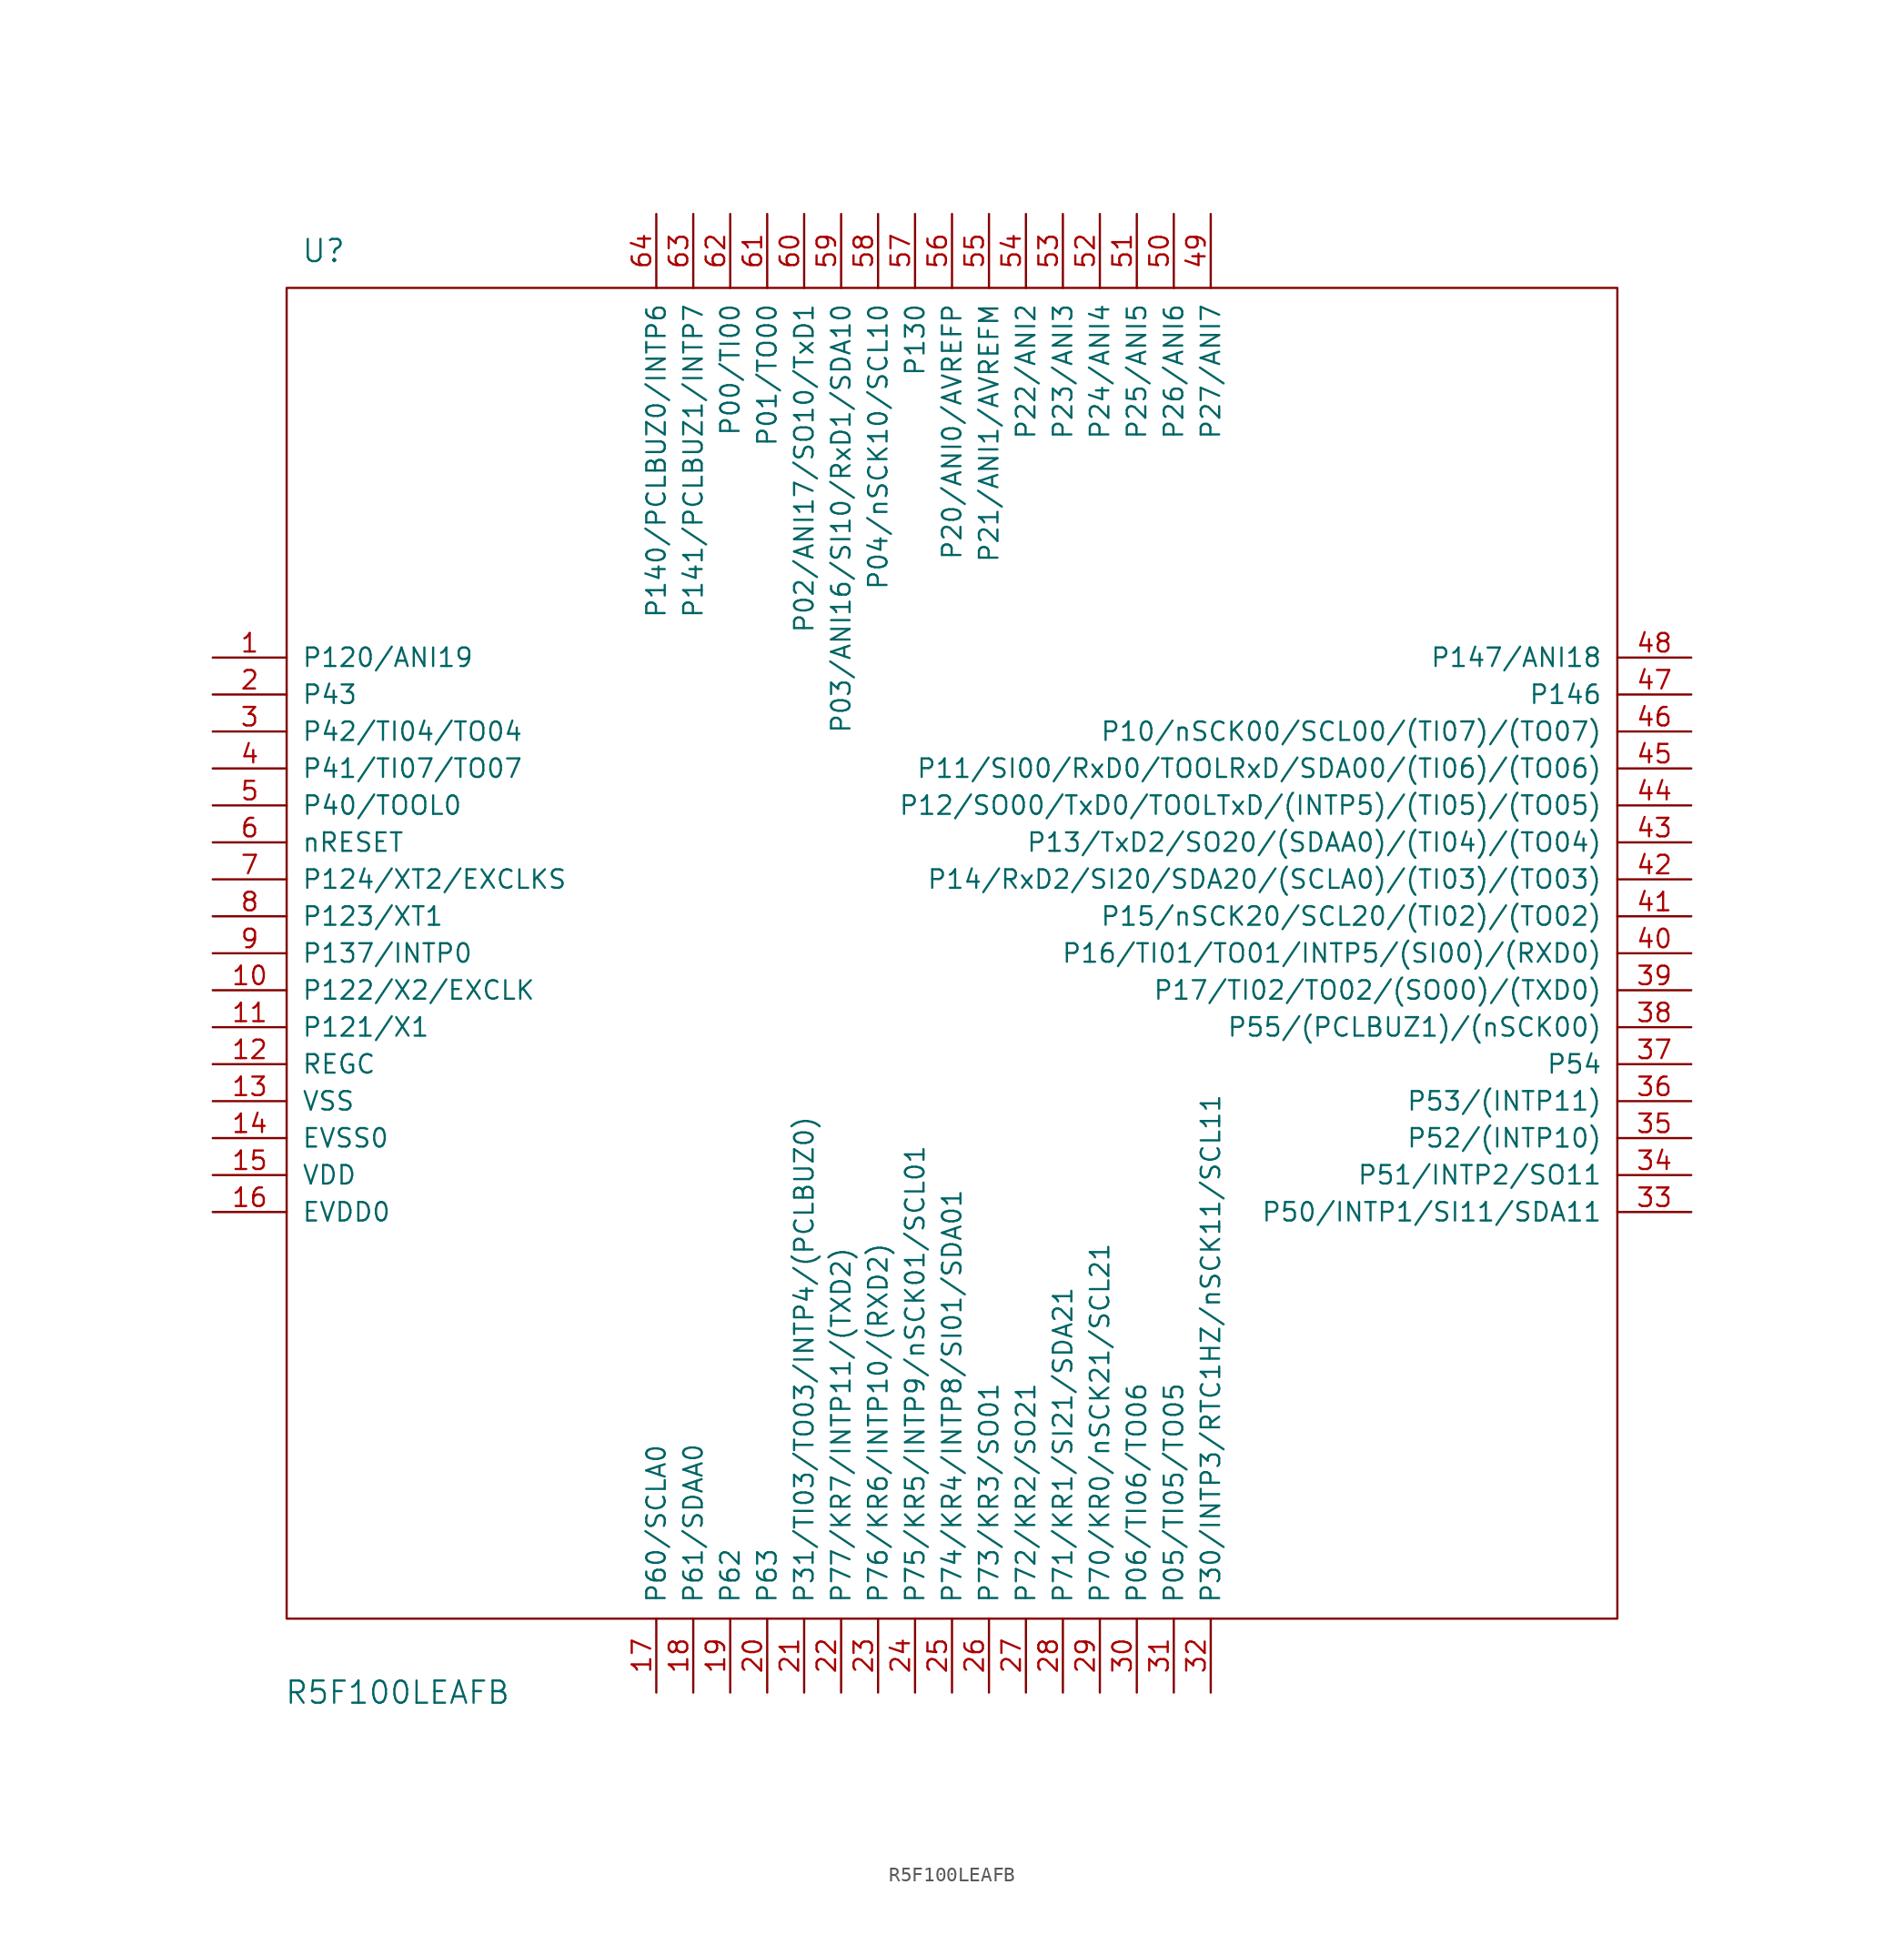
<source format=kicad_sym>
(kicad_symbol_lib
  (version 20211014)
  (generator kicad_symbol_editor)
  (symbol "R5F100LEAFB"
    (pin_names
      (offset 1.016))
    (property "Reference" "U"
      (at -43.18 48.26 0)
      (effects (font (size 1.524 1.524))))
    (property "Value" "R5F100LEAFB"
      (at -38.1 -50.8 0)
      (effects (font (size 1.524 1.524))))
    (property "Footprint" ""
      (at 0 0 0)
      (effects (font (size 1.524 1.524))))
    (property "Datasheet" ""
      (at 0 0 0)
      (effects (font (size 1.524 1.524))))
    (symbol "R5F100LEAFB_0_1"
      (rectangle (start -45.72 45.72) (end 45.72 -45.72) (stroke (width 0) (type default) (color 0 0 0 0)) (fill (type none))))
    (symbol "R5F100LEAFB_1_1"
      (pin bidirectional line (at -50.8 20.32 0) (length 5.08) (name "P120/ANI19" (effects (font (size 1.27 1.27)))) (number "1" (effects (font (size 1.27 1.27)))))
      (pin bidirectional line (at -50.8 -2.54 0) (length 5.08) (name "P122/X2/EXCLK" (effects (font (size 1.27 1.27)))) (number "10" (effects (font (size 1.27 1.27)))))
      (pin bidirectional line (at -50.8 -5.08 0) (length 5.08) (name "P121/X1" (effects (font (size 1.27 1.27)))) (number "11" (effects (font (size 1.27 1.27)))))
      (pin bidirectional line (at -50.8 -7.62 0) (length 5.08) (name "REGC" (effects (font (size 1.27 1.27)))) (number "12" (effects (font (size 1.27 1.27)))))
      (pin power_in line (at -50.8 -10.16 0) (length 5.08) (name "VSS" (effects (font (size 1.27 1.27)))) (number "13" (effects (font (size 1.27 1.27)))))
      (pin power_in line (at -50.8 -12.7 0) (length 5.08) (name "EVSS0" (effects (font (size 1.27 1.27)))) (number "14" (effects (font (size 1.27 1.27)))))
      (pin power_in line (at -50.8 -15.24 0) (length 5.08) (name "VDD" (effects (font (size 1.27 1.27)))) (number "15" (effects (font (size 1.27 1.27)))))
      (pin power_in line (at -50.8 -17.78 0) (length 5.08) (name "EVDD0" (effects (font (size 1.27 1.27)))) (number "16" (effects (font (size 1.27 1.27)))))
      (pin bidirectional line (at -20.32 -50.8 90) (length 5.08) (name "P60/SCLA0" (effects (font (size 1.27 1.27)))) (number "17" (effects (font (size 1.27 1.27)))))
      (pin bidirectional line (at -17.78 -50.8 90) (length 5.08) (name "P61/SDAA0" (effects (font (size 1.27 1.27)))) (number "18" (effects (font (size 1.27 1.27)))))
      (pin bidirectional line (at -15.24 -50.8 90) (length 5.08) (name "P62" (effects (font (size 1.27 1.27)))) (number "19" (effects (font (size 1.27 1.27)))))
      (pin bidirectional line (at -50.8 17.78 0) (length 5.08) (name "P43" (effects (font (size 1.27 1.27)))) (number "2" (effects (font (size 1.27 1.27)))))
      (pin bidirectional line (at -12.7 -50.8 90) (length 5.08) (name "P63" (effects (font (size 1.27 1.27)))) (number "20" (effects (font (size 1.27 1.27)))))
      (pin bidirectional line (at -10.16 -50.8 90) (length 5.08) (name "P31/TI03/TO03/INTP4/(PCLBUZ0)" (effects (font (size 1.27 1.27)))) (number "21" (effects (font (size 1.27 1.27)))))
      (pin bidirectional line (at -7.62 -50.8 90) (length 5.08) (name "P77/KR7/INTP11/(TXD2)" (effects (font (size 1.27 1.27)))) (number "22" (effects (font (size 1.27 1.27)))))
      (pin bidirectional line (at -5.08 -50.8 90) (length 5.08) (name "P76/KR6/INTP10/(RXD2)" (effects (font (size 1.27 1.27)))) (number "23" (effects (font (size 1.27 1.27)))))
      (pin bidirectional line (at -2.54 -50.8 90) (length 5.08) (name "P75/KR5/INTP9/nSCK01/SCL01" (effects (font (size 1.27 1.27)))) (number "24" (effects (font (size 1.27 1.27)))))
      (pin bidirectional line (at 0 -50.8 90) (length 5.08) (name "P74/KR4/INTP8/SI01/SDA01" (effects (font (size 1.27 1.27)))) (number "25" (effects (font (size 1.27 1.27)))))
      (pin bidirectional line (at 2.54 -50.8 90) (length 5.08) (name "P73/KR3/SO01" (effects (font (size 1.27 1.27)))) (number "26" (effects (font (size 1.27 1.27)))))
      (pin bidirectional line (at 5.08 -50.8 90) (length 5.08) (name "P72/KR2/SO21" (effects (font (size 1.27 1.27)))) (number "27" (effects (font (size 1.27 1.27)))))
      (pin bidirectional line (at 7.62 -50.8 90) (length 5.08) (name "P71/KR1/SI21/SDA21" (effects (font (size 1.27 1.27)))) (number "28" (effects (font (size 1.27 1.27)))))
      (pin bidirectional line (at 10.16 -50.8 90) (length 5.08) (name "P70/KR0/nSCK21/SCL21" (effects (font (size 1.27 1.27)))) (number "29" (effects (font (size 1.27 1.27)))))
      (pin bidirectional line (at -50.8 15.24 0) (length 5.08) (name "P42/TI04/TO04" (effects (font (size 1.27 1.27)))) (number "3" (effects (font (size 1.27 1.27)))))
      (pin bidirectional line (at 12.7 -50.8 90) (length 5.08) (name "P06/TI06/TO06" (effects (font (size 1.27 1.27)))) (number "30" (effects (font (size 1.27 1.27)))))
      (pin bidirectional line (at 15.24 -50.8 90) (length 5.08) (name "P05/TI05/TO05" (effects (font (size 1.27 1.27)))) (number "31" (effects (font (size 1.27 1.27)))))
      (pin bidirectional line (at 17.78 -50.8 90) (length 5.08) (name "P30/INTP3/RTC1HZ/nSCK11/SCL11" (effects (font (size 1.27 1.27)))) (number "32" (effects (font (size 1.27 1.27)))))
      (pin bidirectional line (at 50.8 -17.78 180) (length 5.08) (name "P50/INTP1/SI11/SDA11" (effects (font (size 1.27 1.27)))) (number "33" (effects (font (size 1.27 1.27)))))
      (pin bidirectional line (at 50.8 -15.24 180) (length 5.08) (name "P51/INTP2/SO11" (effects (font (size 1.27 1.27)))) (number "34" (effects (font (size 1.27 1.27)))))
      (pin bidirectional line (at 50.8 -12.7 180) (length 5.08) (name "P52/(INTP10)" (effects (font (size 1.27 1.27)))) (number "35" (effects (font (size 1.27 1.27)))))
      (pin bidirectional line (at 50.8 -10.16 180) (length 5.08) (name "P53/(INTP11)" (effects (font (size 1.27 1.27)))) (number "36" (effects (font (size 1.27 1.27)))))
      (pin bidirectional line (at 50.8 -7.62 180) (length 5.08) (name "P54" (effects (font (size 1.27 1.27)))) (number "37" (effects (font (size 1.27 1.27)))))
      (pin bidirectional line (at 50.8 -5.08 180) (length 5.08) (name "P55/(PCLBUZ1)/(nSCK00)" (effects (font (size 1.27 1.27)))) (number "38" (effects (font (size 1.27 1.27)))))
      (pin bidirectional line (at 50.8 -2.54 180) (length 5.08) (name "P17/TI02/TO02/(SO00)/(TXD0)" (effects (font (size 1.27 1.27)))) (number "39" (effects (font (size 1.27 1.27)))))
      (pin bidirectional line (at -50.8 12.7 0) (length 5.08) (name "P41/TI07/TO07" (effects (font (size 1.27 1.27)))) (number "4" (effects (font (size 1.27 1.27)))))
      (pin bidirectional line (at 50.8 0 180) (length 5.08) (name "P16/TI01/TO01/INTP5/(SI00)/(RXD0)" (effects (font (size 1.27 1.27)))) (number "40" (effects (font (size 1.27 1.27)))))
      (pin bidirectional line (at 50.8 2.54 180) (length 5.08) (name "P15/nSCK20/SCL20/(TI02)/(TO02)" (effects (font (size 1.27 1.27)))) (number "41" (effects (font (size 1.27 1.27)))))
      (pin bidirectional line (at 50.8 5.08 180) (length 5.08) (name "P14/RxD2/SI20/SDA20/(SCLA0)/(TI03)/(TO03)" (effects (font (size 1.27 1.27)))) (number "42" (effects (font (size 1.27 1.27)))))
      (pin bidirectional line (at 50.8 7.62 180) (length 5.08) (name "P13/TxD2/SO20/(SDAA0)/(TI04)/(TO04)" (effects (font (size 1.27 1.27)))) (number "43" (effects (font (size 1.27 1.27)))))
      (pin bidirectional line (at 50.8 10.16 180) (length 5.08) (name "P12/SO00/TxD0/TOOLTxD/(INTP5)/(TI05)/(TO05)" (effects (font (size 1.27 1.27)))) (number "44" (effects (font (size 1.27 1.27)))))
      (pin bidirectional line (at 50.8 12.7 180) (length 5.08) (name "P11/SI00/RxD0/TOOLRxD/SDA00/(TI06)/(TO06)" (effects (font (size 1.27 1.27)))) (number "45" (effects (font (size 1.27 1.27)))))
      (pin bidirectional line (at 50.8 15.24 180) (length 5.08) (name "P10/nSCK00/SCL00/(TI07)/(TO07)" (effects (font (size 1.27 1.27)))) (number "46" (effects (font (size 1.27 1.27)))))
      (pin bidirectional line (at 50.8 17.78 180) (length 5.08) (name "P146" (effects (font (size 1.27 1.27)))) (number "47" (effects (font (size 1.27 1.27)))))
      (pin bidirectional line (at 50.8 20.32 180) (length 5.08) (name "P147/ANI18" (effects (font (size 1.27 1.27)))) (number "48" (effects (font (size 1.27 1.27)))))
      (pin bidirectional line (at 17.78 50.8 270) (length 5.08) (name "P27/ANI7" (effects (font (size 1.27 1.27)))) (number "49" (effects (font (size 1.27 1.27)))))
      (pin bidirectional line (at -50.8 10.16 0) (length 5.08) (name "P40/TOOL0" (effects (font (size 1.27 1.27)))) (number "5" (effects (font (size 1.27 1.27)))))
      (pin bidirectional line (at 15.24 50.8 270) (length 5.08) (name "P26/ANI6" (effects (font (size 1.27 1.27)))) (number "50" (effects (font (size 1.27 1.27)))))
      (pin bidirectional line (at 12.7 50.8 270) (length 5.08) (name "P25/ANI5" (effects (font (size 1.27 1.27)))) (number "51" (effects (font (size 1.27 1.27)))))
      (pin bidirectional line (at 10.16 50.8 270) (length 5.08) (name "P24/ANI4" (effects (font (size 1.27 1.27)))) (number "52" (effects (font (size 1.27 1.27)))))
      (pin bidirectional line (at 7.62 50.8 270) (length 5.08) (name "P23/ANI3" (effects (font (size 1.27 1.27)))) (number "53" (effects (font (size 1.27 1.27)))))
      (pin bidirectional line (at 5.08 50.8 270) (length 5.08) (name "P22/ANI2" (effects (font (size 1.27 1.27)))) (number "54" (effects (font (size 1.27 1.27)))))
      (pin bidirectional line (at 2.54 50.8 270) (length 5.08) (name "P21/ANI1/AVREFM" (effects (font (size 1.27 1.27)))) (number "55" (effects (font (size 1.27 1.27)))))
      (pin bidirectional line (at 0 50.8 270) (length 5.08) (name "P20/ANI0/AVREFP" (effects (font (size 1.27 1.27)))) (number "56" (effects (font (size 1.27 1.27)))))
      (pin bidirectional line (at -2.54 50.8 270) (length 5.08) (name "P130" (effects (font (size 1.27 1.27)))) (number "57" (effects (font (size 1.27 1.27)))))
      (pin bidirectional line (at -5.08 50.8 270) (length 5.08) (name "P04/nSCK10/SCL10" (effects (font (size 1.27 1.27)))) (number "58" (effects (font (size 1.27 1.27)))))
      (pin bidirectional line (at -7.62 50.8 270) (length 5.08) (name "P03/ANI16/SI10/RxD1/SDA10" (effects (font (size 1.27 1.27)))) (number "59" (effects (font (size 1.27 1.27)))))
      (pin bidirectional line (at -50.8 7.62 0) (length 5.08) (name "nRESET" (effects (font (size 1.27 1.27)))) (number "6" (effects (font (size 1.27 1.27)))))
      (pin bidirectional line (at -10.16 50.8 270) (length 5.08) (name "P02/ANI17/SO10/TxD1" (effects (font (size 1.27 1.27)))) (number "60" (effects (font (size 1.27 1.27)))))
      (pin bidirectional line (at -12.7 50.8 270) (length 5.08) (name "P01/TO00" (effects (font (size 1.27 1.27)))) (number "61" (effects (font (size 1.27 1.27)))))
      (pin bidirectional line (at -15.24 50.8 270) (length 5.08) (name "P00/TI00" (effects (font (size 1.27 1.27)))) (number "62" (effects (font (size 1.27 1.27)))))
      (pin bidirectional line (at -17.78 50.8 270) (length 5.08) (name "P141/PCLBUZ1/INTP7" (effects (font (size 1.27 1.27)))) (number "63" (effects (font (size 1.27 1.27)))))
      (pin bidirectional line (at -20.32 50.8 270) (length 5.08) (name "P140/PCLBUZ0/INTP6" (effects (font (size 1.27 1.27)))) (number "64" (effects (font (size 1.27 1.27)))))
      (pin bidirectional line (at -50.8 5.08 0) (length 5.08) (name "P124/XT2/EXCLKS" (effects (font (size 1.27 1.27)))) (number "7" (effects (font (size 1.27 1.27)))))
      (pin bidirectional line (at -50.8 2.54 0) (length 5.08) (name "P123/XT1" (effects (font (size 1.27 1.27)))) (number "8" (effects (font (size 1.27 1.27)))))
      (pin bidirectional line (at -50.8 0 0) (length 5.08) (name "P137/INTP0" (effects (font (size 1.27 1.27)))) (number "9" (effects (font (size 1.27 1.27))))))))
</source>
